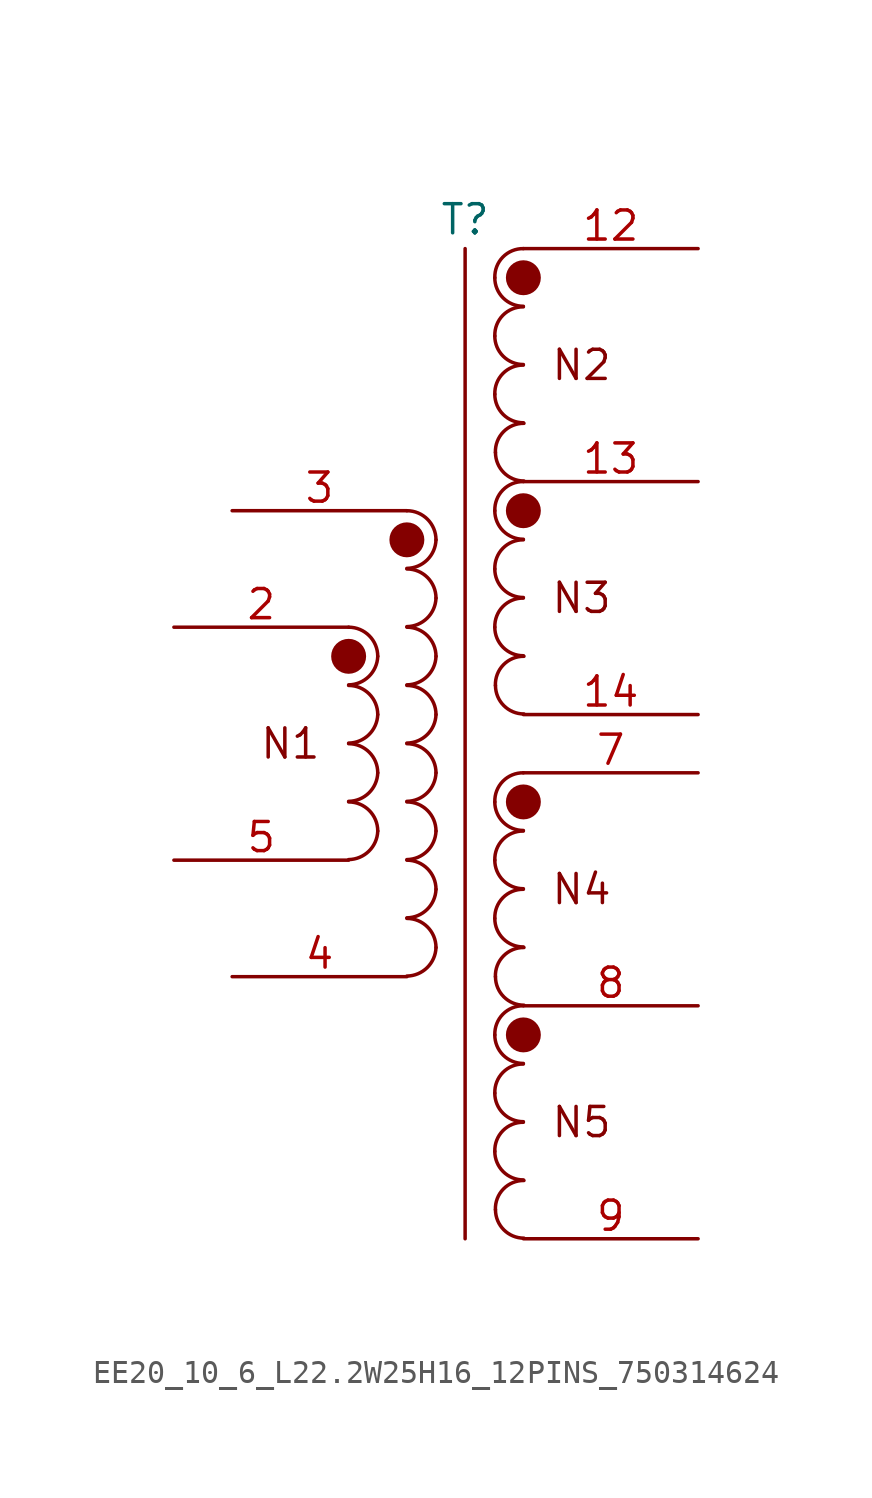
<source format=kicad_sym>
(kicad_symbol_lib
  (version 20220914)
  (generator kicad_symbol_editor)
  (symbol "EE20_10_6_L22.2W25H16_12PINS_750314624"
    (pin_names hide)
    (property "Reference" "T"
      (at 0 22.86 0)
      (effects (font (size 1.27 1.27))))
    (symbol "EE20_10_6_L22.2W25H16_12PINS_750314624_0_1"
      (arc (start -5.08 -5.0546) (mid -4.1961 -4.6863) (end -3.81 -3.81) (stroke (width 0) (type default)) (fill (type none)))
      (arc (start -5.08 -2.5146) (mid -4.1961 -2.1463) (end -3.81 -1.27) (stroke (width 0) (type default)) (fill (type none)))
      (arc (start -5.08 0.0254) (mid -4.1961 0.3937) (end -3.81 1.27) (stroke (width 0) (type default)) (fill (type none)))
      (arc (start -5.08 2.5654) (mid -4.1961 2.9337) (end -3.81 3.81) (stroke (width 0) (type default)) (fill (type none)))
      (arc (start -3.81 -3.81) (mid -4.182 -2.912) (end -5.08 -2.54) (stroke (width 0) (type default)) (fill (type none)))
      (arc (start -3.81 -1.27) (mid -4.182 -0.372) (end -5.08 0) (stroke (width 0) (type default)) (fill (type none)))
      (arc (start -3.81 1.27) (mid -4.182 2.168) (end -5.08 2.54) (stroke (width 0) (type default)) (fill (type none)))
      (arc (start -3.81 3.81) (mid -4.182 4.708) (end -5.08 5.08) (stroke (width 0) (type default)) (fill (type none)))
      (arc (start -2.54 -10.1346) (mid -1.6561 -9.7663) (end -1.27 -8.89) (stroke (width 0) (type default)) (fill (type none)))
      (arc (start -2.54 -7.5946) (mid -1.6561 -7.2263) (end -1.27 -6.35) (stroke (width 0) (type default)) (fill (type none)))
      (arc (start -2.54 -5.0546) (mid -1.6561 -4.6863) (end -1.27 -3.81) (stroke (width 0) (type default)) (fill (type none)))
      (arc (start -2.54 -2.5146) (mid -1.6561 -2.1463) (end -1.27 -1.27) (stroke (width 0) (type default)) (fill (type none)))
      (arc (start -2.54 0.0254) (mid -1.6561 0.3937) (end -1.27 1.27) (stroke (width 0) (type default)) (fill (type none)))
      (arc (start -2.54 2.5654) (mid -1.6561 2.9337) (end -1.27 3.81) (stroke (width 0) (type default)) (fill (type none)))
      (arc (start -2.54 5.1054) (mid -1.6561 5.4737) (end -1.27 6.35) (stroke (width 0) (type default)) (fill (type none)))
      (arc (start -2.54 7.6454) (mid -1.6561 8.0137) (end -1.27 8.89) (stroke (width 0) (type default)) (fill (type none)))
      (arc (start -1.27 -8.89) (mid -1.642 -7.992) (end -2.54 -7.62) (stroke (width 0) (type default)) (fill (type none)))
      (arc (start -1.27 -6.35) (mid -1.642 -5.452) (end -2.54 -5.08) (stroke (width 0) (type default)) (fill (type none)))
      (arc (start -1.27 -3.81) (mid -1.642 -2.912) (end -2.54 -2.54) (stroke (width 0) (type default)) (fill (type none)))
      (arc (start -1.27 -1.27) (mid -1.642 -0.372) (end -2.54 0) (stroke (width 0) (type default)) (fill (type none)))
      (arc (start -1.27 1.27) (mid -1.642 2.168) (end -2.54 2.54) (stroke (width 0) (type default)) (fill (type none)))
      (arc (start -1.27 3.81) (mid -1.642 4.708) (end -2.54 5.08) (stroke (width 0) (type default)) (fill (type none)))
      (arc (start -1.27 6.35) (mid -1.642 7.248) (end -2.54 7.62) (stroke (width 0) (type default)) (fill (type none)))
      (arc (start -1.27 8.89) (mid -1.642 9.788) (end -2.54 10.16) (stroke (width 0) (type default)) (fill (type none)))
      (polyline (pts (xy 0 21.59) (xy 0 -21.59)) (stroke (width 0) (type default)) (fill (type none)))
      (arc (start 1.2954 -17.78) (mid 1.6599 -18.6601) (end 2.54 -19.0246) (stroke (width 0) (type default)) (fill (type none)))
      (arc (start 1.2954 -15.24) (mid 1.6599 -16.1201) (end 2.54 -16.4846) (stroke (width 0) (type default)) (fill (type none)))
      (arc (start 1.2954 -12.7) (mid 1.6599 -13.5801) (end 2.54 -13.9446) (stroke (width 0) (type default)) (fill (type none)))
      (arc (start 1.2954 -7.62) (mid 1.6599 -8.5001) (end 2.54 -8.8646) (stroke (width 0) (type default)) (fill (type none)))
      (arc (start 1.2954 -5.08) (mid 1.6599 -5.9601) (end 2.54 -6.3246) (stroke (width 0) (type default)) (fill (type none)))
      (arc (start 1.2954 -2.54) (mid 1.6599 -3.4201) (end 2.54 -3.7846) (stroke (width 0) (type default)) (fill (type none)))
      (arc (start 1.2954 5.08) (mid 1.6599 4.1999) (end 2.54 3.8354) (stroke (width 0) (type default)) (fill (type none)))
      (arc (start 1.2954 7.62) (mid 1.6599 6.7399) (end 2.54 6.3754) (stroke (width 0) (type default)) (fill (type none)))
      (arc (start 1.2954 10.16) (mid 1.6599 9.2799) (end 2.54 8.9154) (stroke (width 0) (type default)) (fill (type none)))
      (arc (start 1.2954 15.24) (mid 1.6599 14.3599) (end 2.54 13.9954) (stroke (width 0) (type default)) (fill (type none)))
      (arc (start 1.2954 17.78) (mid 1.6599 16.8999) (end 2.54 16.5354) (stroke (width 0) (type default)) (fill (type none)))
      (arc (start 1.2954 20.32) (mid 1.6599 19.4399) (end 2.54 19.0754) (stroke (width 0) (type default)) (fill (type none)))
      (arc (start 1.3208 -20.32) (mid 1.6855 -21.1999) (end 2.5654 -21.5646) (stroke (width 0) (type default)) (fill (type none)))
      (arc (start 1.3208 -10.16) (mid 1.6855 -11.0399) (end 2.5654 -11.4046) (stroke (width 0) (type default)) (fill (type none)))
      (arc (start 1.3208 2.54) (mid 1.6854 1.6601) (end 2.5654 1.2954) (stroke (width 0) (type default)) (fill (type none)))
      (arc (start 1.3208 12.7) (mid 1.6854 11.8201) (end 2.5654 11.4554) (stroke (width 0) (type default)) (fill (type none)))
      (arc (start 2.54 -16.51) (mid 1.6458 -16.8785) (end 1.2954 -17.78) (stroke (width 0) (type default)) (fill (type none)))
      (arc (start 2.54 -13.97) (mid 1.6458 -14.3385) (end 1.2954 -15.24) (stroke (width 0) (type default)) (fill (type none)))
      (arc (start 2.54 -11.43) (mid 1.6458 -11.7985) (end 1.2954 -12.7) (stroke (width 0) (type default)) (fill (type none)))
      (arc (start 2.54 -6.35) (mid 1.6458 -6.7185) (end 1.2954 -7.62) (stroke (width 0) (type default)) (fill (type none)))
      (arc (start 2.54 -3.81) (mid 1.6458 -4.1785) (end 1.2954 -5.08) (stroke (width 0) (type default)) (fill (type none)))
      (arc (start 2.54 -1.27) (mid 1.6458 -1.6385) (end 1.2954 -2.54) (stroke (width 0) (type default)) (fill (type none)))
      (arc (start 2.54 6.35) (mid 1.6458 5.9815) (end 1.2954 5.08) (stroke (width 0) (type default)) (fill (type none)))
      (arc (start 2.54 8.89) (mid 1.6458 8.5215) (end 1.2954 7.62) (stroke (width 0) (type default)) (fill (type none)))
      (arc (start 2.54 11.43) (mid 1.6458 11.0615) (end 1.2954 10.16) (stroke (width 0) (type default)) (fill (type none)))
      (arc (start 2.54 16.51) (mid 1.6458 16.1415) (end 1.2954 15.24) (stroke (width 0) (type default)) (fill (type none)))
      (arc (start 2.54 19.05) (mid 1.6458 18.6815) (end 1.2954 17.78) (stroke (width 0) (type default)) (fill (type none)))
      (arc (start 2.54 21.59) (mid 1.6458 21.2215) (end 1.2954 20.32) (stroke (width 0) (type default)) (fill (type none)))
      (arc (start 2.5654 -19.05) (mid 1.6709 -19.4183) (end 1.3208 -20.32) (stroke (width 0) (type default)) (fill (type none)))
      (arc (start 2.5654 -8.89) (mid 1.6709 -9.2583) (end 1.3208 -10.16) (stroke (width 0) (type default)) (fill (type none)))
      (arc (start 2.5654 3.81) (mid 1.6709 3.4417) (end 1.3208 2.54) (stroke (width 0) (type default)) (fill (type none)))
      (arc (start 2.5654 13.97) (mid 1.6709 13.6017) (end 1.3208 12.7) (stroke (width 0) (type default)) (fill (type none))))
    (symbol "EE20_10_6_L22.2W25H16_12PINS_750314624_1_1"
      (circle (center -5.08 3.81) (radius 0.0001) (stroke (width 0.762) (type default)) (fill (type none)))
      (circle (center -2.54 8.89) (radius 0.0001) (stroke (width 0.762) (type default)) (fill (type none)))
      (circle (center 2.54 -12.7) (radius 0.0001) (stroke (width 0.762) (type default)) (fill (type none)))
      (circle (center 2.54 -2.54) (radius 0.0001) (stroke (width 0.762) (type default)) (fill (type none)))
      (circle (center 2.54 10.16) (radius 0.0001) (stroke (width 0.762) (type default)) (fill (type none)))
      (circle (center 2.54 20.32) (radius 0.0001) (stroke (width 0.762) (type default)) (fill (type none)))
      (text "N1" (at -7.62 0 0) (effects (font (size 1.27 1.27))))
      (text "N2" (at 5.08 16.51 0) (effects (font (size 1.27 1.27))))
      (text "N3" (at 5.08 6.35 0) (effects (font (size 1.27 1.27))))
      (text "N4" (at 5.08 -6.35 0) (effects (font (size 1.27 1.27))))
      (text "N5" (at 5.08 -16.51 0) (effects (font (size 1.27 1.27))))
      (pin passive line (at 10.16 21.59 180) (length 7.62) (name "12" (effects (font (size 1.27 1.27)))) (number "12" (effects (font (size 1.27 1.27)))))
      (pin passive line (at 10.16 11.43 180) (length 7.62) (name "13" (effects (font (size 1.27 1.27)))) (number "13" (effects (font (size 1.27 1.27)))))
      (pin passive line (at 10.16 1.27 180) (length 7.62) (name "14" (effects (font (size 1.27 1.27)))) (number "14" (effects (font (size 1.27 1.27)))))
      (pin passive line (at -12.7 5.08 0) (length 7.62) (name "2" (effects (font (size 1.27 1.27)))) (number "2" (effects (font (size 1.27 1.27)))))
      (pin passive line (at -10.16 10.16 0) (length 7.62) (name "3" (effects (font (size 1.27 1.27)))) (number "3" (effects (font (size 1.27 1.27)))))
      (pin passive line (at -10.16 -10.16 0) (length 7.62) (name "4" (effects (font (size 1.27 1.27)))) (number "4" (effects (font (size 1.27 1.27)))))
      (pin passive line (at -12.7 -5.08 0) (length 7.62) (name "5" (effects (font (size 1.27 1.27)))) (number "5" (effects (font (size 1.27 1.27)))))
      (pin passive line (at 10.16 -1.27 180) (length 7.62) (name "7" (effects (font (size 1.27 1.27)))) (number "7" (effects (font (size 1.27 1.27)))))
      (pin passive line (at 10.16 -11.43 180) (length 7.62) (name "8" (effects (font (size 1.27 1.27)))) (number "8" (effects (font (size 1.27 1.27)))))
      (pin passive line (at 10.16 -21.59 180) (length 7.62) (name "9" (effects (font (size 1.27 1.27)))) (number "9" (effects (font (size 1.27 1.27))))))))
</source>
